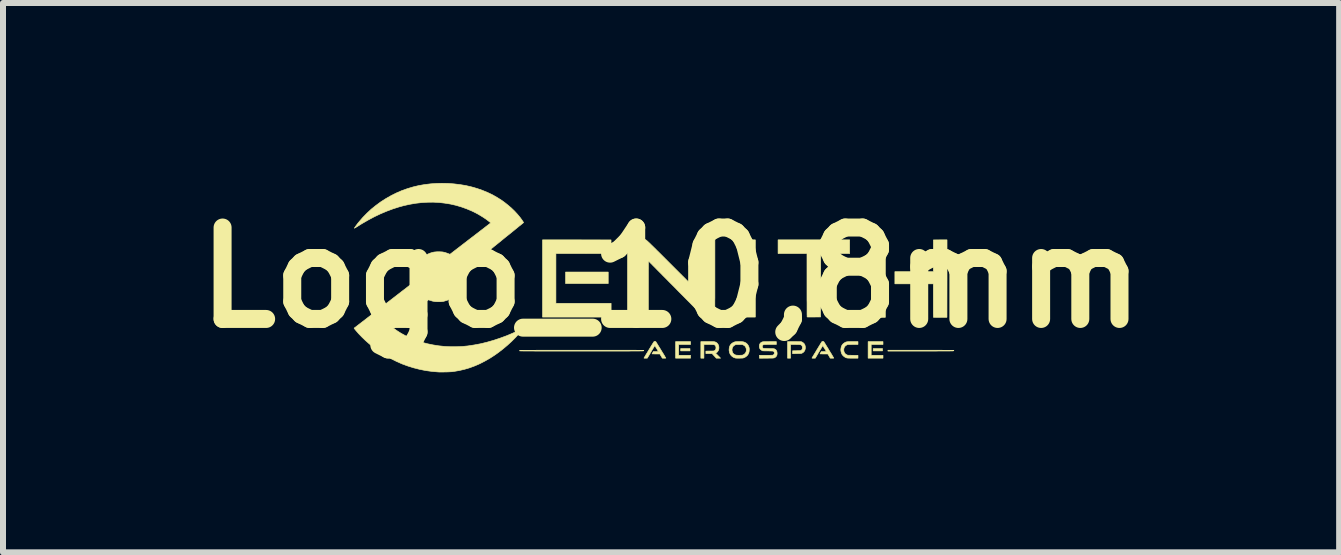
<source format=kicad_pcb>
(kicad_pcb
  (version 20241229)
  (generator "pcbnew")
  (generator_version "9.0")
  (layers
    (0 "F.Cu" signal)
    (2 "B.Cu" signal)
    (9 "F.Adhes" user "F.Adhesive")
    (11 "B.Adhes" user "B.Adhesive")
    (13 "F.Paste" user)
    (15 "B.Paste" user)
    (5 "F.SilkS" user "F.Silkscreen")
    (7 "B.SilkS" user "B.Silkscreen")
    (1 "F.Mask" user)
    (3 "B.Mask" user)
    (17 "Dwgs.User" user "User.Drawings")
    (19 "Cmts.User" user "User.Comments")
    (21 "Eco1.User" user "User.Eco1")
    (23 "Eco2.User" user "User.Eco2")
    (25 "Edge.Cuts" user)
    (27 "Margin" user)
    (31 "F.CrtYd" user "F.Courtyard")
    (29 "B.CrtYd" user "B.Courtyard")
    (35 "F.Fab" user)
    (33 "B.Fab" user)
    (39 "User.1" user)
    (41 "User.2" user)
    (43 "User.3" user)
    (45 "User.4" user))
  (footprint "Logo_10,8mm"
    (layer "F.Cu")
    (at 8.135 1.577)
    (property "Reference" "Logo_10,8mm" (at 0 0 0) (layer "F.SilkS") (effects (font (size 1.524 1.524) (thickness 0.3))))
    (attr through_hole)
    (fp_poly (pts (xy -1.047 0.099) (xy -1.758 0.099) (xy -1.758 -0.093) (xy -1.047 -0.093) (xy -1.047 0.099)) (stroke (width 0.01) (type solid)) (fill yes) (layer "F.SilkS"))
    (fp_poly (pts (xy 0.316 1.222) (xy 0.161 1.222) (xy 0.161 1.183) (xy 0.316 1.183) (xy 0.316 1.222)) (stroke (width 0.01) (type solid)) (fill yes) (layer "F.SilkS"))
    (fp_poly (pts (xy 1.405 0.658) (xy 1.18 0.658) (xy 1.18 -0.629) (xy 1.405 -0.629) (xy 1.405 0.658)) (stroke (width 0.01) (type solid)) (fill yes) (layer "F.SilkS"))
    (fp_poly (pts (xy 3.525 1.222) (xy 3.37 1.222) (xy 3.37 1.183) (xy 3.525 1.183) (xy 3.525 1.222)) (stroke (width 0.01) (type solid)) (fill yes) (layer "F.SilkS"))
    (fp_poly (pts (xy 0.325 1.115) (xy 0.127 1.115) (xy 0.127 1.295) (xy 0.325 1.295) (xy 0.325 1.343) (xy 0.076 1.343) (xy 0.076 1.067) (xy 0.325 1.067) (xy 0.325 1.115)) (stroke (width 0.01) (type solid)) (fill yes) (layer "F.SilkS"))
    (fp_poly (pts (xy 3.533 1.115) (xy 3.336 1.115) (xy 3.336 1.295) (xy 3.533 1.295) (xy 3.533 1.343) (xy 3.285 1.343) (xy 3.285 1.067) (xy 3.533 1.067) (xy 3.533 1.115)) (stroke (width 0.01) (type solid)) (fill yes) (layer "F.SilkS"))
    (fp_poly (pts (xy -1.571 -0.629) (xy -1 -0.628) (xy -1 -0.402) (xy -1.46 -0.401) (xy -1.919 -0.401) (xy -1.919 0.429) (xy -0.999 0.429) (xy -0.999 0.658) (xy -2.142 0.658) (xy -2.142 -0.629) (xy -1.571 -0.629)) (stroke (width 0.01) (type solid)) (fill yes) (layer "F.SilkS"))
    (fp_poly (pts (xy 3.572 0.016) (xy 3.572 0.662) (xy 3.461 0.663) (xy 3.437 0.663) (xy 3.414 0.663) (xy 3.394 0.663) (xy 3.377 0.662) (xy 3.363 0.662) (xy 3.354 0.662) (xy 3.349 0.661) (xy 3.349 0.661) (xy 3.349 0.658) (xy 3.349 0.65) (xy 3.349 0.637) (xy 3.348 0.618) (xy 3.348 0.595) (xy 3.348 0.568) (xy 3.348 0.536) (xy 3.348 0.501) (xy 3.348 0.462) (xy 3.348 0.419) (xy 3.347 0.374) (xy 3.347 0.325) (xy 3.347 0.274) (xy 3.347 0.221) (xy 3.347 0.165) (xy 3.347 0.107) (xy 3.347 0.048) (xy 3.347 0.015) (xy 3.347 -0.629) (xy 3.573 -0.629) (xy 3.572 0.016)) (stroke (width 0.01) (type solid)) (fill yes) (layer "F.SilkS"))
    (fp_poly (pts (xy 4.6 0.016) (xy 4.599 0.662) (xy 4.487 0.663) (xy 4.463 0.663) (xy 4.44 0.663) (xy 4.419 0.663) (xy 4.402 0.662) (xy 4.388 0.662) (xy 4.379 0.662) (xy 4.374 0.661) (xy 4.374 0.661) (xy 4.373 0.658) (xy 4.373 0.65) (xy 4.373 0.637) (xy 4.373 0.619) (xy 4.372 0.597) (xy 4.372 0.572) (xy 4.372 0.543) (xy 4.372 0.511) (xy 4.372 0.477) (xy 4.372 0.44) (xy 4.372 0.402) (xy 4.372 0.382) (xy 4.372 0.104) (xy 3.731 0.104) (xy 3.731 -0.099) (xy 4.372 -0.099) (xy 4.372 -0.363) (xy 4.373 -0.628) (xy 4.487 -0.629) (xy 4.6 -0.629) (xy 4.6 0.016)) (stroke (width 0.01) (type solid)) (fill yes) (layer "F.SilkS"))
    (fp_poly (pts (xy 2.977 -0.401) (xy 2.495 -0.401) (xy 2.494 0.128) (xy 2.493 0.656) (xy 2.382 0.657) (xy 2.357 0.657) (xy 2.334 0.657) (xy 2.314 0.657) (xy 2.297 0.657) (xy 2.283 0.657) (xy 2.273 0.656) (xy 2.269 0.656) (xy 2.268 0.656) (xy 2.268 0.653) (xy 2.268 0.644) (xy 2.268 0.631) (xy 2.267 0.613) (xy 2.267 0.59) (xy 2.267 0.563) (xy 2.267 0.532) (xy 2.267 0.497) (xy 2.267 0.459) (xy 2.267 0.418) (xy 2.266 0.374) (xy 2.266 0.327) (xy 2.266 0.278) (xy 2.266 0.227) (xy 2.266 0.174) (xy 2.266 0.127) (xy 2.266 -0.401) (xy 1.784 -0.401) (xy 1.784 -0.629) (xy 2.977 -0.629) (xy 2.977 -0.401)) (stroke (width 0.01) (type solid)) (fill yes) (layer "F.SilkS"))
    (fp_poly (pts (xy 4.166 1.211) (xy 4.222 1.211) (xy 4.275 1.211) (xy 4.327 1.211) (xy 4.377 1.211) (xy 4.424 1.211) (xy 4.469 1.211) (xy 4.511 1.211) (xy 4.55 1.212) (xy 4.585 1.212) (xy 4.617 1.212) (xy 4.645 1.212) (xy 4.668 1.212) (xy 4.687 1.212) (xy 4.701 1.212) (xy 4.71 1.212) (xy 4.714 1.213) (xy 4.714 1.213) (xy 4.712 1.216) (xy 4.712 1.218) (xy 4.711 1.219) (xy 4.707 1.221) (xy 4.699 1.222) (xy 4.686 1.223) (xy 4.679 1.223) (xy 4.673 1.223) (xy 4.661 1.223) (xy 4.644 1.224) (xy 4.622 1.224) (xy 4.596 1.224) (xy 4.566 1.224) (xy 4.533 1.224) (xy 4.495 1.224) (xy 4.455 1.224) (xy 4.411 1.225) (xy 4.365 1.225) (xy 4.317 1.225) (xy 4.266 1.225) (xy 4.214 1.225) (xy 4.161 1.225) (xy 4.13 1.225) (xy 3.615 1.225) (xy 3.615 1.211) (xy 4.166 1.211)) (stroke (width 0.01) (type solid)) (fill yes) (layer "F.SilkS"))
    (fp_poly (pts (xy 3.116 1.114) (xy 3.029 1.115) (xy 2.942 1.116) (xy 2.925 1.125) (xy 2.908 1.136) (xy 2.895 1.151) (xy 2.885 1.169) (xy 2.88 1.189) (xy 2.879 1.209) (xy 2.882 1.23) (xy 2.89 1.251) (xy 2.9 1.266) (xy 2.908 1.273) (xy 2.919 1.281) (xy 2.926 1.285) (xy 2.945 1.294) (xy 3.03 1.295) (xy 3.116 1.296) (xy 3.116 1.343) (xy 3.029 1.343) (xy 3.007 1.343) (xy 2.986 1.343) (xy 2.967 1.342) (xy 2.952 1.342) (xy 2.94 1.341) (xy 2.933 1.34) (xy 2.931 1.34) (xy 2.911 1.333) (xy 2.892 1.322) (xy 2.873 1.307) (xy 2.857 1.29) (xy 2.846 1.273) (xy 2.837 1.249) (xy 2.831 1.222) (xy 2.83 1.195) (xy 2.834 1.169) (xy 2.841 1.144) (xy 2.849 1.128) (xy 2.858 1.115) (xy 2.87 1.102) (xy 2.885 1.091) (xy 2.899 1.082) (xy 2.902 1.08) (xy 2.91 1.076) (xy 2.918 1.074) (xy 2.927 1.071) (xy 2.937 1.07) (xy 2.949 1.068) (xy 2.964 1.068) (xy 2.983 1.067) (xy 3.006 1.067) (xy 3.031 1.067) (xy 3.116 1.067) (xy 3.116 1.114)) (stroke (width 0.01) (type solid)) (fill yes) (layer "F.SilkS"))
    (fp_poly (pts (xy 2.055 1.067) (xy 2.169 1.068) (xy 2.187 1.076) (xy 2.205 1.088) (xy 2.22 1.103) (xy 2.231 1.122) (xy 2.237 1.144) (xy 2.239 1.168) (xy 2.238 1.184) (xy 2.232 1.207) (xy 2.222 1.227) (xy 2.207 1.244) (xy 2.188 1.257) (xy 2.185 1.258) (xy 2.18 1.261) (xy 2.175 1.262) (xy 2.17 1.264) (xy 2.164 1.265) (xy 2.155 1.265) (xy 2.144 1.266) (xy 2.129 1.266) (xy 2.11 1.266) (xy 2.098 1.267) (xy 2.026 1.268) (xy 2.026 1.22) (xy 2.091 1.219) (xy 2.114 1.218) (xy 2.132 1.218) (xy 2.147 1.217) (xy 2.158 1.215) (xy 2.166 1.213) (xy 2.172 1.209) (xy 2.177 1.205) (xy 2.181 1.2) (xy 2.182 1.198) (xy 2.186 1.193) (xy 2.188 1.186) (xy 2.188 1.177) (xy 2.189 1.167) (xy 2.188 1.151) (xy 2.184 1.139) (xy 2.178 1.13) (xy 2.168 1.123) (xy 2.165 1.121) (xy 2.162 1.12) (xy 2.157 1.119) (xy 2.152 1.118) (xy 2.144 1.117) (xy 2.133 1.116) (xy 2.119 1.116) (xy 2.101 1.116) (xy 2.078 1.115) (xy 2.074 1.115) (xy 1.992 1.114) (xy 1.992 1.343) (xy 1.942 1.343) (xy 1.942 1.067) (xy 2.055 1.067)) (stroke (width 0.01) (type solid)) (fill yes) (layer "F.SilkS"))
    (fp_poly (pts (xy 0.635 1.067) (xy 0.658 1.067) (xy 0.676 1.067) (xy 0.691 1.067) (xy 0.703 1.068) (xy 0.712 1.068) (xy 0.719 1.069) (xy 0.725 1.07) (xy 0.73 1.071) (xy 0.734 1.072) (xy 0.754 1.081) (xy 0.77 1.094) (xy 0.783 1.111) (xy 0.792 1.13) (xy 0.797 1.152) (xy 0.798 1.175) (xy 0.794 1.199) (xy 0.791 1.209) (xy 0.786 1.219) (xy 0.778 1.231) (xy 0.769 1.242) (xy 0.759 1.251) (xy 0.751 1.256) (xy 0.742 1.26) (xy 0.784 1.301) (xy 0.825 1.343) (xy 0.754 1.343) (xy 0.685 1.267) (xy 0.581 1.267) (xy 0.581 1.225) (xy 0.648 1.224) (xy 0.67 1.224) (xy 0.686 1.224) (xy 0.699 1.223) (xy 0.708 1.223) (xy 0.715 1.222) (xy 0.719 1.22) (xy 0.723 1.219) (xy 0.725 1.218) (xy 0.736 1.209) (xy 0.743 1.198) (xy 0.748 1.183) (xy 0.749 1.164) (xy 0.746 1.147) (xy 0.738 1.133) (xy 0.726 1.122) (xy 0.725 1.122) (xy 0.722 1.12) (xy 0.718 1.119) (xy 0.714 1.118) (xy 0.707 1.117) (xy 0.698 1.117) (xy 0.686 1.116) (xy 0.67 1.116) (xy 0.649 1.115) (xy 0.631 1.115) (xy 0.548 1.114) (xy 0.548 1.343) (xy 0.497 1.343) (xy 0.497 1.067) (xy 0.606 1.067) (xy 0.635 1.067)) (stroke (width 0.01) (type solid)) (fill yes) (layer "F.SilkS"))
    (fp_poly (pts (xy 1.149 1.067) (xy 1.168 1.067) (xy 1.184 1.068) (xy 1.198 1.07) (xy 1.206 1.071) (xy 1.232 1.08) (xy 1.255 1.094) (xy 1.274 1.112) (xy 1.288 1.133) (xy 1.299 1.158) (xy 1.299 1.16) (xy 1.303 1.176) (xy 1.304 1.195) (xy 1.303 1.215) (xy 1.301 1.234) (xy 1.298 1.248) (xy 1.288 1.273) (xy 1.273 1.296) (xy 1.253 1.314) (xy 1.231 1.329) (xy 1.206 1.339) (xy 1.204 1.34) (xy 1.196 1.341) (xy 1.184 1.342) (xy 1.168 1.342) (xy 1.15 1.343) (xy 1.132 1.343) (xy 1.114 1.343) (xy 1.097 1.343) (xy 1.082 1.342) (xy 1.072 1.341) (xy 1.069 1.34) (xy 1.049 1.333) (xy 1.029 1.322) (xy 1.01 1.307) (xy 0.995 1.29) (xy 0.984 1.273) (xy 0.974 1.249) (xy 0.969 1.222) (xy 0.968 1.21) (xy 1.016 1.21) (xy 1.02 1.231) (xy 1.028 1.251) (xy 1.033 1.26) (xy 1.045 1.273) (xy 1.062 1.284) (xy 1.081 1.292) (xy 1.09 1.293) (xy 1.105 1.294) (xy 1.124 1.295) (xy 1.142 1.295) (xy 1.16 1.294) (xy 1.173 1.294) (xy 1.183 1.293) (xy 1.191 1.292) (xy 1.197 1.29) (xy 1.202 1.288) (xy 1.204 1.287) (xy 1.222 1.276) (xy 1.237 1.261) (xy 1.248 1.243) (xy 1.254 1.223) (xy 1.255 1.201) (xy 1.252 1.179) (xy 1.244 1.159) (xy 1.233 1.143) (xy 1.218 1.131) (xy 1.209 1.126) (xy 1.19 1.116) (xy 1.079 1.116) (xy 1.063 1.125) (xy 1.045 1.136) (xy 1.032 1.151) (xy 1.023 1.169) (xy 1.017 1.189) (xy 1.016 1.21) (xy 0.968 1.21) (xy 0.968 1.195) (xy 0.971 1.169) (xy 0.978 1.144) (xy 0.986 1.128) (xy 0.999 1.111) (xy 1.016 1.095) (xy 1.037 1.082) (xy 1.058 1.073) (xy 1.069 1.07) (xy 1.079 1.069) (xy 1.094 1.068) (xy 1.111 1.067) (xy 1.13 1.067) (xy 1.149 1.067)) (stroke (width 0.01) (type solid)) (fill yes) (layer "F.SilkS"))
    (fp_poly (pts (xy -0.257 1.066) (xy -0.254 1.068) (xy -0.252 1.071) (xy -0.247 1.079) (xy -0.24 1.09) (xy -0.231 1.104) (xy -0.221 1.121) (xy -0.209 1.14) (xy -0.196 1.161) (xy -0.183 1.182) (xy -0.169 1.205) (xy -0.156 1.227) (xy -0.142 1.249) (xy -0.13 1.269) (xy -0.118 1.288) (xy -0.108 1.305) (xy -0.1 1.32) (xy -0.093 1.331) (xy -0.089 1.338) (xy -0.087 1.342) (xy -0.087 1.342) (xy -0.09 1.342) (xy -0.097 1.343) (xy -0.108 1.343) (xy -0.116 1.343) (xy -0.145 1.343) (xy -0.166 1.308) (xy -0.186 1.273) (xy -0.251 1.273) (xy -0.27 1.273) (xy -0.286 1.272) (xy -0.3 1.272) (xy -0.309 1.272) (xy -0.315 1.271) (xy -0.316 1.271) (xy -0.314 1.267) (xy -0.31 1.26) (xy -0.305 1.252) (xy -0.305 1.251) (xy -0.295 1.233) (xy -0.253 1.233) (xy -0.239 1.233) (xy -0.226 1.233) (xy -0.217 1.232) (xy -0.212 1.232) (xy -0.212 1.232) (xy -0.213 1.229) (xy -0.217 1.222) (xy -0.223 1.212) (xy -0.23 1.2) (xy -0.237 1.187) (xy -0.246 1.174) (xy -0.253 1.162) (xy -0.26 1.15) (xy -0.266 1.142) (xy -0.27 1.136) (xy -0.271 1.135) (xy -0.273 1.137) (xy -0.277 1.144) (xy -0.283 1.154) (xy -0.292 1.168) (xy -0.302 1.185) (xy -0.314 1.204) (xy -0.326 1.225) (xy -0.334 1.239) (xy -0.396 1.343) (xy -0.424 1.343) (xy -0.436 1.343) (xy -0.445 1.343) (xy -0.45 1.342) (xy -0.451 1.341) (xy -0.447 1.334) (xy -0.44 1.323) (xy -0.432 1.309) (xy -0.422 1.292) (xy -0.411 1.273) (xy -0.398 1.253) (xy -0.385 1.231) (xy -0.371 1.208) (xy -0.358 1.186) (xy -0.344 1.164) (xy -0.332 1.143) (xy -0.32 1.124) (xy -0.309 1.106) (xy -0.3 1.092) (xy -0.293 1.081) (xy -0.288 1.073) (xy -0.286 1.07) (xy -0.286 1.07) (xy -0.277 1.064) (xy -0.267 1.063) (xy -0.257 1.066)) (stroke (width 0.01) (type solid)) (fill yes) (layer "F.SilkS"))
    (fp_poly (pts (xy 2.542 1.066) (xy 2.546 1.068) (xy 2.548 1.071) (xy 2.553 1.079) (xy 2.56 1.09) (xy 2.569 1.104) (xy 2.579 1.121) (xy 2.591 1.14) (xy 2.604 1.161) (xy 2.617 1.182) (xy 2.63 1.205) (xy 2.644 1.227) (xy 2.657 1.249) (xy 2.67 1.269) (xy 2.681 1.288) (xy 2.691 1.305) (xy 2.7 1.32) (xy 2.706 1.331) (xy 2.711 1.338) (xy 2.712 1.342) (xy 2.712 1.342) (xy 2.71 1.342) (xy 2.702 1.343) (xy 2.692 1.343) (xy 2.683 1.343) (xy 2.654 1.343) (xy 2.634 1.308) (xy 2.613 1.273) (xy 2.548 1.273) (xy 2.53 1.273) (xy 2.513 1.272) (xy 2.5 1.272) (xy 2.49 1.272) (xy 2.485 1.271) (xy 2.484 1.271) (xy 2.486 1.267) (xy 2.49 1.26) (xy 2.494 1.252) (xy 2.495 1.251) (xy 2.505 1.233) (xy 2.546 1.233) (xy 2.561 1.233) (xy 2.573 1.233) (xy 2.582 1.232) (xy 2.587 1.232) (xy 2.588 1.232) (xy 2.587 1.229) (xy 2.583 1.222) (xy 2.577 1.212) (xy 2.57 1.2) (xy 2.562 1.187) (xy 2.554 1.174) (xy 2.546 1.162) (xy 2.539 1.15) (xy 2.534 1.142) (xy 2.53 1.136) (xy 2.529 1.135) (xy 2.527 1.137) (xy 2.523 1.144) (xy 2.516 1.154) (xy 2.508 1.168) (xy 2.498 1.185) (xy 2.486 1.204) (xy 2.474 1.225) (xy 2.465 1.239) (xy 2.404 1.343) (xy 2.376 1.343) (xy 2.364 1.343) (xy 2.355 1.343) (xy 2.35 1.342) (xy 2.349 1.341) (xy 2.353 1.334) (xy 2.359 1.323) (xy 2.368 1.309) (xy 2.378 1.292) (xy 2.389 1.273) (xy 2.402 1.253) (xy 2.415 1.231) (xy 2.428 1.208) (xy 2.442 1.186) (xy 2.455 1.164) (xy 2.468 1.143) (xy 2.48 1.124) (xy 2.49 1.106) (xy 2.499 1.092) (xy 2.506 1.081) (xy 2.511 1.073) (xy 2.513 1.07) (xy 2.513 1.07) (xy 2.522 1.064) (xy 2.532 1.063) (xy 2.542 1.066)) (stroke (width 0.01) (type solid)) (fill yes) (layer "F.SilkS"))
    (fp_poly (pts (xy 1.755 1.115) (xy 1.655 1.115) (xy 1.626 1.115) (xy 1.601 1.115) (xy 1.58 1.116) (xy 1.563 1.116) (xy 1.551 1.117) (xy 1.544 1.118) (xy 1.543 1.118) (xy 1.533 1.123) (xy 1.525 1.132) (xy 1.522 1.143) (xy 1.521 1.155) (xy 1.525 1.166) (xy 1.532 1.175) (xy 1.534 1.176) (xy 1.537 1.177) (xy 1.541 1.179) (xy 1.546 1.18) (xy 1.553 1.18) (xy 1.563 1.181) (xy 1.577 1.181) (xy 1.595 1.182) (xy 1.617 1.182) (xy 1.628 1.183) (xy 1.653 1.183) (xy 1.672 1.183) (xy 1.688 1.184) (xy 1.699 1.184) (xy 1.708 1.185) (xy 1.715 1.186) (xy 1.72 1.187) (xy 1.724 1.188) (xy 1.727 1.19) (xy 1.744 1.2) (xy 1.755 1.213) (xy 1.763 1.229) (xy 1.767 1.249) (xy 1.768 1.262) (xy 1.767 1.276) (xy 1.766 1.287) (xy 1.763 1.296) (xy 1.762 1.298) (xy 1.752 1.315) (xy 1.737 1.329) (xy 1.724 1.336) (xy 1.721 1.338) (xy 1.718 1.339) (xy 1.713 1.34) (xy 1.708 1.34) (xy 1.7 1.341) (xy 1.69 1.342) (xy 1.677 1.342) (xy 1.66 1.342) (xy 1.64 1.342) (xy 1.614 1.343) (xy 1.592 1.343) (xy 1.473 1.344) (xy 1.473 1.295) (xy 1.58 1.295) (xy 1.608 1.295) (xy 1.633 1.295) (xy 1.654 1.295) (xy 1.672 1.294) (xy 1.686 1.294) (xy 1.694 1.293) (xy 1.697 1.292) (xy 1.709 1.286) (xy 1.717 1.277) (xy 1.721 1.264) (xy 1.722 1.26) (xy 1.72 1.245) (xy 1.714 1.234) (xy 1.708 1.228) (xy 1.705 1.227) (xy 1.701 1.226) (xy 1.696 1.225) (xy 1.689 1.224) (xy 1.678 1.224) (xy 1.664 1.223) (xy 1.646 1.223) (xy 1.623 1.222) (xy 1.614 1.222) (xy 1.528 1.221) (xy 1.512 1.213) (xy 1.495 1.201) (xy 1.482 1.187) (xy 1.474 1.169) (xy 1.471 1.149) (xy 1.471 1.138) (xy 1.475 1.117) (xy 1.483 1.1) (xy 1.495 1.086) (xy 1.512 1.076) (xy 1.514 1.075) (xy 1.518 1.073) (xy 1.521 1.072) (xy 1.526 1.071) (xy 1.531 1.07) (xy 1.538 1.069) (xy 1.547 1.069) (xy 1.559 1.068) (xy 1.575 1.068) (xy 1.595 1.068) (xy 1.619 1.068) (xy 1.642 1.067) (xy 1.755 1.067) (xy 1.755 1.115)) (stroke (width 0.01) (type solid)) (fill yes) (layer "F.SilkS"))
    (fp_poly (pts (xy -1.34 1.211) (xy -1.275 1.211) (xy -1.211 1.211) (xy -1.148 1.211) (xy -1.086 1.211) (xy -1.025 1.211) (xy -0.966 1.211) (xy -0.909 1.211) (xy -0.855 1.211) (xy -0.802 1.211) (xy -0.753 1.211) (xy -0.706 1.211) (xy -0.663 1.211) (xy -0.623 1.211) (xy -0.587 1.211) (xy -0.554 1.212) (xy -0.526 1.212) (xy -0.502 1.212) (xy -0.482 1.212) (xy -0.468 1.212) (xy -0.459 1.212) (xy -0.455 1.212) (xy -0.454 1.212) (xy -0.456 1.216) (xy -0.457 1.219) (xy -0.458 1.22) (xy -0.458 1.22) (xy -0.459 1.221) (xy -0.461 1.221) (xy -0.463 1.222) (xy -0.466 1.222) (xy -0.471 1.222) (xy -0.476 1.222) (xy -0.483 1.223) (xy -0.492 1.223) (xy -0.502 1.223) (xy -0.514 1.223) (xy -0.529 1.224) (xy -0.546 1.224) (xy -0.565 1.224) (xy -0.587 1.224) (xy -0.611 1.224) (xy -0.639 1.224) (xy -0.669 1.224) (xy -0.704 1.225) (xy -0.741 1.225) (xy -0.782 1.225) (xy -0.827 1.225) (xy -0.876 1.225) (xy -0.929 1.225) (xy -0.987 1.225) (xy -1.049 1.225) (xy -1.115 1.225) (xy -1.187 1.225) (xy -1.264 1.225) (xy -1.345 1.225) (xy -1.432 1.225) (xy -1.493 1.225) (xy -1.584 1.225) (xy -1.669 1.225) (xy -1.749 1.225) (xy -1.824 1.225) (xy -1.894 1.225) (xy -1.959 1.225) (xy -2.019 1.225) (xy -2.075 1.225) (xy -2.127 1.225) (xy -2.175 1.225) (xy -2.218 1.225) (xy -2.258 1.225) (xy -2.295 1.224) (xy -2.327 1.224) (xy -2.357 1.224) (xy -2.384 1.224) (xy -2.407 1.224) (xy -2.428 1.224) (xy -2.446 1.224) (xy -2.462 1.224) (xy -2.476 1.223) (xy -2.487 1.223) (xy -2.497 1.223) (xy -2.505 1.223) (xy -2.511 1.222) (xy -2.516 1.222) (xy -2.52 1.222) (xy -2.522 1.221) (xy -2.524 1.221) (xy -2.525 1.221) (xy -2.526 1.22) (xy -2.526 1.22) (xy -2.526 1.22) (xy -2.525 1.217) (xy -2.523 1.215) (xy -2.517 1.214) (xy -2.508 1.213) (xy -2.498 1.213) (xy -2.493 1.212) (xy -2.483 1.212) (xy -2.468 1.212) (xy -2.448 1.212) (xy -2.423 1.212) (xy -2.394 1.212) (xy -2.361 1.212) (xy -2.324 1.212) (xy -2.283 1.212) (xy -2.239 1.211) (xy -2.192 1.211) (xy -2.142 1.211) (xy -2.09 1.211) (xy -2.035 1.211) (xy -1.977 1.211) (xy -1.918 1.211) (xy -1.857 1.211) (xy -1.795 1.211) (xy -1.732 1.211) (xy -1.667 1.211) (xy -1.602 1.211) (xy -1.537 1.211) (xy -1.471 1.211) (xy -1.405 1.211) (xy -1.34 1.211)) (stroke (width 0.01) (type solid)) (fill yes) (layer "F.SilkS"))
    (fp_poly (pts (xy -0.446 -0.64) (xy -0.426 -0.633) (xy -0.424 -0.631) (xy -0.42 -0.629) (xy -0.417 -0.627) (xy -0.413 -0.624) (xy -0.408 -0.62) (xy -0.402 -0.615) (xy -0.395 -0.609) (xy -0.387 -0.602) (xy -0.378 -0.593) (xy -0.367 -0.583) (xy -0.354 -0.571) (xy -0.34 -0.557) (xy -0.324 -0.541) (xy -0.305 -0.523) (xy -0.284 -0.502) (xy -0.261 -0.48) (xy -0.236 -0.454) (xy -0.207 -0.426) (xy -0.176 -0.395) (xy -0.141 -0.36) (xy -0.104 -0.323) (xy -0.063 -0.282) (xy -0.019 -0.238) (xy 0.029 -0.19) (xy 0.081 -0.138) (xy 0.096 -0.123) (xy 0.136 -0.083) (xy 0.176 -0.043) (xy 0.214 -0.005) (xy 0.251 0.032) (xy 0.286 0.067) (xy 0.319 0.1) (xy 0.351 0.131) (xy 0.38 0.16) (xy 0.407 0.187) (xy 0.431 0.211) (xy 0.453 0.233) (xy 0.471 0.251) (xy 0.487 0.267) (xy 0.499 0.279) (xy 0.508 0.287) (xy 0.513 0.292) (xy 0.514 0.294) (xy 0.515 0.291) (xy 0.515 0.283) (xy 0.515 0.269) (xy 0.515 0.251) (xy 0.515 0.229) (xy 0.516 0.202) (xy 0.516 0.172) (xy 0.516 0.138) (xy 0.516 0.101) (xy 0.516 0.06) (xy 0.516 0.017) (xy 0.516 -0.028) (xy 0.516 -0.076) (xy 0.516 -0.125) (xy 0.516 -0.174) (xy 0.516 -0.641) (xy 0.731 -0.641) (xy 0.731 -0.038) (xy 0.731 0.038) (xy 0.731 0.108) (xy 0.731 0.173) (xy 0.731 0.233) (xy 0.731 0.287) (xy 0.731 0.337) (xy 0.73 0.381) (xy 0.73 0.421) (xy 0.73 0.456) (xy 0.73 0.486) (xy 0.73 0.512) (xy 0.729 0.534) (xy 0.729 0.551) (xy 0.729 0.564) (xy 0.728 0.573) (xy 0.728 0.578) (xy 0.728 0.579) (xy 0.721 0.602) (xy 0.71 0.623) (xy 0.695 0.641) (xy 0.678 0.656) (xy 0.664 0.664) (xy 0.652 0.668) (xy 0.637 0.67) (xy 0.62 0.671) (xy 0.604 0.671) (xy 0.59 0.669) (xy 0.585 0.668) (xy 0.564 0.659) (xy 0.542 0.645) (xy 0.52 0.627) (xy 0.512 0.62) (xy 0.508 0.615) (xy 0.499 0.607) (xy 0.487 0.595) (xy 0.472 0.58) (xy 0.454 0.561) (xy 0.432 0.54) (xy 0.408 0.515) (xy 0.381 0.488) (xy 0.352 0.459) (xy 0.321 0.427) (xy 0.287 0.393) (xy 0.252 0.358) (xy 0.215 0.32) (xy 0.177 0.282) (xy 0.137 0.242) (xy 0.097 0.201) (xy 0.056 0.159) (xy 0.015 0.118) (xy -0.025 0.078) (xy -0.064 0.038) (xy -0.101 0.001) (xy -0.137 -0.035) (xy -0.171 -0.07) (xy -0.203 -0.102) (xy -0.233 -0.132) (xy -0.26 -0.16) (xy -0.285 -0.185) (xy -0.308 -0.208) (xy -0.327 -0.228) (xy -0.344 -0.244) (xy -0.357 -0.258) (xy -0.367 -0.267) (xy -0.373 -0.274) (xy -0.376 -0.276) (xy -0.376 -0.276) (xy -0.376 -0.273) (xy -0.376 -0.265) (xy -0.377 -0.252) (xy -0.377 -0.234) (xy -0.377 -0.212) (xy -0.377 -0.186) (xy -0.377 -0.155) (xy -0.378 -0.121) (xy -0.378 -0.084) (xy -0.378 -0.044) (xy -0.378 -0.001) (xy -0.378 0.045) (xy -0.378 0.092) (xy -0.378 0.142) (xy -0.378 0.19) (xy -0.378 0.658) (xy -0.593 0.658) (xy -0.593 0.061) (xy -0.593 -0.015) (xy -0.593 -0.085) (xy -0.593 -0.15) (xy -0.592 -0.209) (xy -0.592 -0.263) (xy -0.592 -0.312) (xy -0.592 -0.356) (xy -0.592 -0.396) (xy -0.592 -0.43) (xy -0.592 -0.46) (xy -0.591 -0.486) (xy -0.591 -0.507) (xy -0.591 -0.524) (xy -0.59 -0.537) (xy -0.59 -0.545) (xy -0.59 -0.55) (xy -0.59 -0.551) (xy -0.582 -0.576) (xy -0.57 -0.597) (xy -0.555 -0.615) (xy -0.536 -0.629) (xy -0.516 -0.639) (xy -0.493 -0.644) (xy -0.47 -0.645) (xy -0.446 -0.64)) (stroke (width 0.01) (type solid)) (fill yes) (layer "F.SilkS"))
    (fp_poly (pts (xy -3.717 -1.57) (xy -3.616 -1.562) (xy -3.517 -1.55) (xy -3.42 -1.534) (xy -3.326 -1.512) (xy -3.235 -1.486) (xy -3.146 -1.455) (xy -3.06 -1.42) (xy -2.978 -1.381) (xy -2.899 -1.336) (xy -2.823 -1.288) (xy -2.776 -1.254) (xy -2.718 -1.208) (xy -2.662 -1.16) (xy -2.609 -1.109) (xy -2.561 -1.057) (xy -2.517 -1.004) (xy -2.507 -0.99) (xy -2.497 -0.977) (xy -2.487 -0.963) (xy -2.478 -0.95) (xy -2.47 -0.938) (xy -2.464 -0.928) (xy -2.46 -0.92) (xy -2.458 -0.916) (xy -2.458 -0.916) (xy -2.461 -0.914) (xy -2.468 -0.909) (xy -2.478 -0.9) (xy -2.492 -0.889) (xy -2.51 -0.874) (xy -2.531 -0.858) (xy -2.555 -0.838) (xy -2.581 -0.817) (xy -2.61 -0.793) (xy -2.641 -0.768) (xy -2.674 -0.741) (xy -2.709 -0.713) (xy -2.746 -0.684) (xy -2.784 -0.653) (xy -2.822 -0.622) (xy -2.862 -0.589) (xy -2.902 -0.557) (xy -2.943 -0.524) (xy -2.983 -0.491) (xy -3.024 -0.458) (xy -3.064 -0.426) (xy -3.104 -0.394) (xy -3.142 -0.363) (xy -3.18 -0.332) (xy -3.216 -0.303) (xy -3.251 -0.275) (xy -3.283 -0.248) (xy -3.314 -0.223) (xy -3.343 -0.2) (xy -3.369 -0.179) (xy -3.392 -0.16) (xy -3.412 -0.144) (xy -3.43 -0.13) (xy -3.443 -0.119) (xy -3.453 -0.111) (xy -3.459 -0.106) (xy -3.461 -0.105) (xy -3.461 -0.101) (xy -3.461 -0.093) (xy -3.46 -0.083) (xy -3.458 -0.073) (xy -3.456 -0.051) (xy -3.455 -0.025) (xy -3.455 0.003) (xy -3.457 0.03) (xy -3.46 0.054) (xy -3.463 0.07) (xy -3.476 0.117) (xy -3.494 0.162) (xy -3.516 0.204) (xy -3.543 0.243) (xy -3.574 0.278) (xy -3.609 0.309) (xy -3.647 0.337) (xy -3.689 0.36) (xy -3.734 0.379) (xy -3.781 0.393) (xy -3.791 0.396) (xy -3.803 0.398) (xy -3.814 0.4) (xy -3.827 0.401) (xy -3.841 0.402) (xy -3.859 0.402) (xy -3.873 0.402) (xy -3.9 0.402) (xy -3.922 0.401) (xy -3.942 0.399) (xy -3.96 0.395) (xy -3.98 0.391) (xy -4.001 0.384) (xy -4.011 0.381) (xy -4.027 0.376) (xy -4.039 0.373) (xy -4.046 0.372) (xy -4.048 0.372) (xy -4.057 0.379) (xy -4.07 0.39) (xy -4.086 0.402) (xy -4.105 0.418) (xy -4.126 0.435) (xy -4.15 0.454) (xy -4.176 0.475) (xy -4.203 0.497) (xy -4.232 0.521) (xy -4.262 0.545) (xy -4.292 0.569) (xy -4.323 0.594) (xy -4.354 0.62) (xy -4.385 0.645) (xy -4.415 0.669) (xy -4.444 0.693) (xy -4.472 0.716) (xy -4.499 0.738) (xy -4.524 0.759) (xy -4.547 0.777) (xy -4.568 0.794) (xy -4.585 0.809) (xy -4.6 0.821) (xy -4.612 0.831) (xy -4.62 0.837) (xy -4.624 0.841) (xy -4.624 0.841) (xy -4.622 0.845) (xy -4.615 0.85) (xy -4.605 0.858) (xy -4.592 0.868) (xy -4.576 0.879) (xy -4.559 0.891) (xy -4.54 0.903) (xy -4.521 0.915) (xy -4.502 0.927) (xy -4.484 0.937) (xy -4.405 0.98) (xy -4.323 1.017) (xy -4.238 1.05) (xy -4.15 1.079) (xy -4.059 1.103) (xy -3.967 1.122) (xy -3.873 1.137) (xy -3.777 1.147) (xy -3.679 1.152) (xy -3.581 1.152) (xy -3.482 1.148) (xy -3.387 1.139) (xy -3.282 1.123) (xy -3.175 1.103) (xy -3.068 1.077) (xy -2.96 1.046) (xy -2.851 1.01) (xy -2.742 0.97) (xy -2.633 0.924) (xy -2.525 0.873) (xy -2.502 0.862) (xy -2.488 0.855) (xy -2.476 0.849) (xy -2.467 0.845) (xy -2.461 0.842) (xy -2.459 0.842) (xy -2.46 0.844) (xy -2.465 0.851) (xy -2.472 0.86) (xy -2.48 0.871) (xy -2.491 0.884) (xy -2.502 0.898) (xy -2.514 0.912) (xy -2.525 0.926) (xy -2.533 0.934) (xy -2.593 0.999) (xy -2.657 1.063) (xy -2.725 1.125) (xy -2.796 1.185) (xy -2.869 1.242) (xy -2.942 1.294) (xy -3.016 1.342) (xy -3.024 1.347) (xy -3.107 1.394) (xy -3.189 1.436) (xy -3.272 1.472) (xy -3.356 1.503) (xy -3.44 1.528) (xy -3.525 1.548) (xy -3.612 1.563) (xy -3.646 1.568) (xy -3.659 1.569) (xy -3.676 1.57) (xy -3.697 1.571) (xy -3.72 1.572) (xy -3.745 1.573) (xy -3.771 1.573) (xy -3.797 1.574) (xy -3.821 1.574) (xy -3.843 1.574) (xy -3.862 1.574) (xy -3.877 1.573) (xy -3.879 1.573) (xy -3.984 1.564) (xy -4.087 1.55) (xy -4.188 1.53) (xy -4.287 1.505) (xy -4.384 1.475) (xy -4.48 1.44) (xy -4.573 1.399) (xy -4.665 1.353) (xy -4.756 1.301) (xy -4.843 1.246) (xy -4.908 1.201) (xy -4.972 1.152) (xy -5.036 1.099) (xy -5.097 1.045) (xy -5.154 0.99) (xy -5.208 0.934) (xy -5.214 0.927) (xy -5.225 0.914) (xy -5.237 0.9) (xy -5.249 0.887) (xy -5.259 0.874) (xy -5.269 0.862) (xy -5.276 0.853) (xy -5.281 0.846) (xy -5.283 0.843) (xy -5.283 0.843) (xy -5.281 0.841) (xy -5.274 0.836) (xy -5.263 0.828) (xy -5.249 0.817) (xy -5.231 0.803) (xy -5.209 0.786) (xy -5.184 0.767) (xy -5.156 0.745) (xy -5.125 0.722) (xy -5.092 0.696) (xy -5.056 0.668) (xy -5.018 0.639) (xy -4.978 0.608) (xy -4.936 0.576) (xy -4.892 0.542) (xy -4.847 0.507) (xy -4.8 0.472) (xy -4.789 0.463) (xy -4.743 0.427) (xy -4.697 0.392) (xy -4.653 0.358) (xy -4.61 0.325) (xy -4.57 0.294) (xy -4.531 0.264) (xy -4.494 0.235) (xy -4.46 0.209) (xy -4.428 0.185) (xy -4.399 0.162) (xy -4.373 0.142) (xy -4.35 0.125) (xy -4.331 0.11) (xy -4.315 0.098) (xy -4.304 0.088) (xy -4.296 0.082) (xy -4.292 0.079) (xy -4.292 0.079) (xy -4.29 0.077) (xy -4.288 0.074) (xy -4.288 0.069) (xy -4.289 0.061) (xy -4.291 0.048) (xy -4.291 0.046) (xy -4.295 -0.001) (xy -4.294 -0.047) (xy -4.288 -0.093) (xy -4.277 -0.137) (xy -4.261 -0.18) (xy -4.24 -0.22) (xy -4.216 -0.258) (xy -4.187 -0.294) (xy -4.154 -0.326) (xy -4.118 -0.355) (xy -4.078 -0.38) (xy -4.035 -0.4) (xy -4.012 -0.409) (xy -3.989 -0.416) (xy -3.968 -0.422) (xy -3.948 -0.426) (xy -3.926 -0.428) (xy -3.902 -0.43) (xy -3.875 -0.43) (xy -3.852 -0.43) (xy -3.831 -0.429) (xy -3.813 -0.428) (xy -3.796 -0.425) (xy -3.778 -0.421) (xy -3.76 -0.416) (xy -3.739 -0.409) (xy -3.714 -0.4) (xy -3.697 -0.393) (xy -3.684 -0.389) (xy -3.357 -0.641) (xy -3.319 -0.67) (xy -3.282 -0.698) (xy -3.246 -0.726) (xy -3.212 -0.752) (xy -3.18 -0.777) (xy -3.15 -0.8) (xy -3.122 -0.821) (xy -3.097 -0.841) (xy -3.075 -0.858) (xy -3.056 -0.872) (xy -3.041 -0.884) (xy -3.029 -0.893) (xy -3.021 -0.899) (xy -3.018 -0.902) (xy -3.006 -0.912) (xy -3.02 -0.925) (xy -3.052 -0.95) (xy -3.087 -0.976) (xy -3.127 -1.003) (xy -3.169 -1.029) (xy -3.212 -1.055) (xy -3.257 -1.079) (xy -3.301 -1.101) (xy -3.318 -1.109) (xy -3.406 -1.146) (xy -3.495 -1.178) (xy -3.586 -1.205) (xy -3.678 -1.226) (xy -3.772 -1.241) (xy -3.867 -1.252) (xy -3.962 -1.257) (xy -4.059 -1.256) (xy -4.157 -1.25) (xy -4.255 -1.239) (xy -4.354 -1.222) (xy -4.453 -1.2) (xy -4.534 -1.178) (xy -4.637 -1.145) (xy -4.739 -1.107) (xy -4.843 -1.063) (xy -4.946 -1.014) (xy -5.049 -0.959) (xy -5.153 -0.899) (xy -5.233 -0.849) (xy -5.248 -0.84) (xy -5.26 -0.833) (xy -5.27 -0.827) (xy -5.277 -0.824) (xy -5.279 -0.823) (xy -5.279 -0.823) (xy -5.276 -0.828) (xy -5.27 -0.837) (xy -5.262 -0.849) (xy -5.252 -0.863) (xy -5.241 -0.878) (xy -5.229 -0.894) (xy -5.217 -0.91) (xy -5.205 -0.924) (xy -5.202 -0.928) (xy -5.138 -1.002) (xy -5.069 -1.073) (xy -4.997 -1.14) (xy -4.92 -1.202) (xy -4.84 -1.261) (xy -4.756 -1.315) (xy -4.751 -1.318) (xy -4.665 -1.367) (xy -4.577 -1.411) (xy -4.487 -1.45) (xy -4.394 -1.483) (xy -4.3 -1.511) (xy -4.204 -1.534) (xy -4.105 -1.551) (xy -4.005 -1.563) (xy -3.903 -1.57) (xy -3.82 -1.572) (xy -3.717 -1.57)) (stroke (width 0.01) (type solid)) (fill yes) (layer "F.SilkS")))
  (gr_rect
    (start -3 -3)
    (end 19.271 6.156)
    (stroke (width 0.1) (type default))
    (fill no)
    (layer "Edge.Cuts")))
</source>
